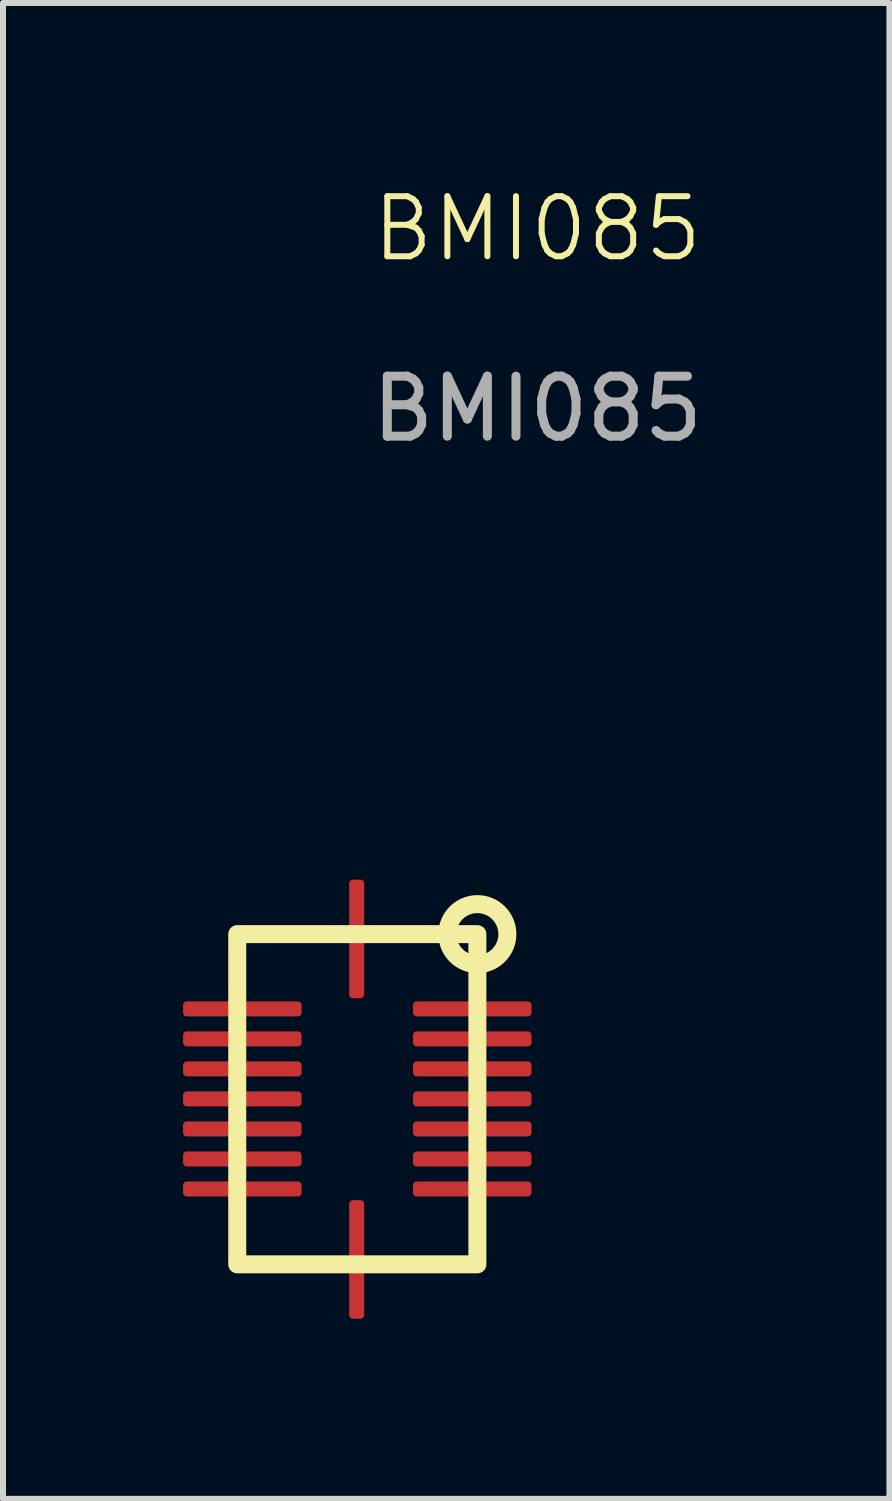
<source format=kicad_pcb>
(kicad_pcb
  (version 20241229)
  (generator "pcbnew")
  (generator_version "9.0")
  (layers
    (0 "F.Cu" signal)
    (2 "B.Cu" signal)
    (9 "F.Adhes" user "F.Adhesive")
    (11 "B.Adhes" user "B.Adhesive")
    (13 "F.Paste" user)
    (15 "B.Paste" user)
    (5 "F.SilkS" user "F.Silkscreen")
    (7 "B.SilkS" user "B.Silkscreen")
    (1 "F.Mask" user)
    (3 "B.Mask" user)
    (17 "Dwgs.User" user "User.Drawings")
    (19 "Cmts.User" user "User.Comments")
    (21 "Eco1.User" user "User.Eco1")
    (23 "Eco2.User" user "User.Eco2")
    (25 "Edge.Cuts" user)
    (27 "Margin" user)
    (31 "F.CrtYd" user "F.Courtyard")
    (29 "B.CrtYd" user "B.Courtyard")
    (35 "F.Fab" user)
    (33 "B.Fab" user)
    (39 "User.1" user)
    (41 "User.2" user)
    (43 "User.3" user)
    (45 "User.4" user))
  (footprint "BMI085"
    (layer "F.Cu")
    (at 2.902 15.261)
    (property "Reference" "BMI085" (at 3 -14.5 0) (unlocked yes) (layer "F.SilkS") (effects (font (size 1 1) (thickness 0.1))))
    (attr smd)
    (fp_rect (start -1.54 -2.29) (end 1.54 2.29) (stroke (width 0.1) (type solid)) (fill yes) (layer "F.Mask"))
    (fp_rect (start -2 -2.75) (end 2 2.75) (stroke (width 0.3) (type default)) (fill no) (layer "F.SilkS"))
    (fp_circle (center 2 -2.75) (end 2.5 -2.75) (stroke (width 0.3) (type default)) (fill no) (layer "F.SilkS"))
    (fp_text user "${REFERENCE}" (at 3 -11.5 0) (unlocked yes) (layer "F.Fab") (effects (font (size 1 1) (thickness 0.15))))
    (pad "1" smd roundrect (at 1.915 -1.505 180) (size 1.975 0.25) (layers "F.Cu" "F.Mask" "F.Paste") (roundrect_rratio 0.25))
    (pad "2" smd roundrect (at 1.915 -1.005 180) (size 1.975 0.25) (layers "F.Cu" "F.Mask" "F.Paste") (roundrect_rratio 0.25))
    (pad "3" smd roundrect (at 1.915 -0.505 180) (size 1.975 0.25) (layers "F.Cu" "F.Mask" "F.Paste") (roundrect_rratio 0.25))
    (pad "4" smd roundrect (at 1.915 -0.005 180) (size 1.975 0.25) (layers "F.Cu" "F.Mask" "F.Paste") (roundrect_rratio 0.25))
    (pad "5" smd roundrect (at 1.915 0.495 180) (size 1.975 0.25) (layers "F.Cu" "F.Mask" "F.Paste") (roundrect_rratio 0.25))
    (pad "6" smd roundrect (at 1.915 0.995 180) (size 1.975 0.25) (layers "F.Cu" "F.Mask" "F.Paste") (roundrect_rratio 0.25))
    (pad "7" smd roundrect (at 1.915 1.495 180) (size 1.975 0.25) (layers "F.Cu" "F.Mask" "F.Paste") (roundrect_rratio 0.25))
    (pad "8" smd roundrect (at -0.01 2.67 90) (size 1.975 0.25) (layers "F.Cu" "F.Mask" "F.Paste") (roundrect_rratio 0.25))
    (pad "9" smd roundrect (at -1.915 1.495) (size 1.975 0.25) (layers "F.Cu" "F.Mask" "F.Paste") (roundrect_rratio 0.25))
    (pad "10" smd roundrect (at -1.915 0.995) (size 1.975 0.25) (layers "F.Cu" "F.Mask" "F.Paste") (roundrect_rratio 0.25))
    (pad "11" smd roundrect (at -1.915 0.495) (size 1.975 0.25) (layers "F.Cu" "F.Mask" "F.Paste") (roundrect_rratio 0.25))
    (pad "12" smd roundrect (at -1.915 -0.005) (size 1.975 0.25) (layers "F.Cu" "F.Mask" "F.Paste") (roundrect_rratio 0.25))
    (pad "13" smd roundrect (at -1.915 -0.505) (size 1.975 0.25) (layers "F.Cu" "F.Mask" "F.Paste") (roundrect_rratio 0.25))
    (pad "14" smd roundrect (at -1.915 -1.005) (size 1.975 0.25) (layers "F.Cu" "F.Mask" "F.Paste") (roundrect_rratio 0.25))
    (pad "15" smd roundrect (at -1.915 -1.505) (size 1.975 0.25) (layers "F.Cu" "F.Mask" "F.Paste") (roundrect_rratio 0.25))
    (pad "16" smd roundrect (at -0.01 -2.67 270) (size 1.975 0.25) (layers "F.Cu" "F.Mask" "F.Paste") (roundrect_rratio 0.25)))
  (gr_rect
    (start -3 -3)
    (end 11.766 21.918)
    (stroke (width 0.1) (type default))
    (fill no)
    (layer "Edge.Cuts")))
</source>
